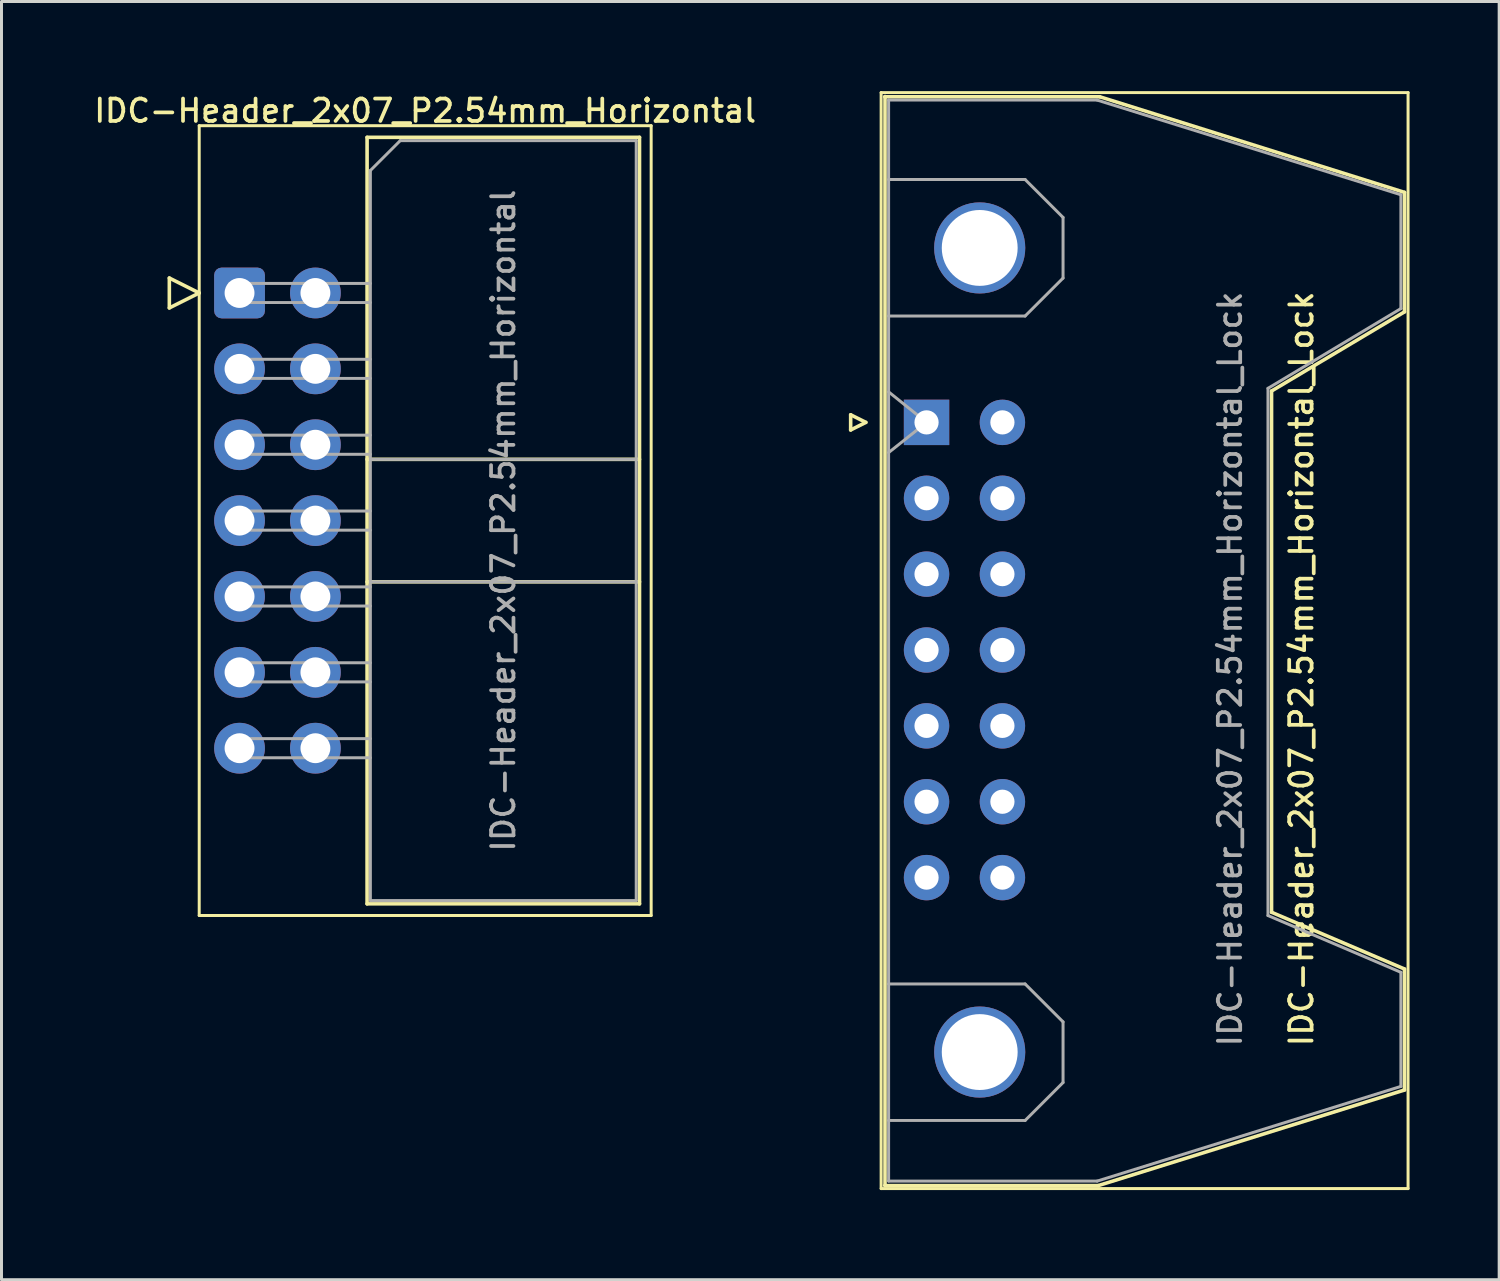
<source format=kicad_pcb>
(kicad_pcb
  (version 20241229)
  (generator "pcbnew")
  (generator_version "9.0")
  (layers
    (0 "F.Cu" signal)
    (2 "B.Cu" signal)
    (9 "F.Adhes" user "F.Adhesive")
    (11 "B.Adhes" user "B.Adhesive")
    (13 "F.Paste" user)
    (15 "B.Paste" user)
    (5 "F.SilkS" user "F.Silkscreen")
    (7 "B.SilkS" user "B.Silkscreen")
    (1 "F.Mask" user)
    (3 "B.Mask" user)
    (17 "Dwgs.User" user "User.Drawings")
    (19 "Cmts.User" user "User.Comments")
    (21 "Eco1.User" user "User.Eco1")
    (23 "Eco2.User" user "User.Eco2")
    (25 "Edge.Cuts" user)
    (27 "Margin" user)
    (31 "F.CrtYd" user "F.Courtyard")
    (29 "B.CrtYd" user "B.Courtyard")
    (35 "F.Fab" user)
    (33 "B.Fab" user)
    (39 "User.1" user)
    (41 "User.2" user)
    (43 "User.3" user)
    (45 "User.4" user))
  (footprint "IDC-Header_2x07_P2.54mm_Horizontal_Lock"
    (layer "F.Cu")
    (at 27.968 11.09)
    (property "Reference" "IDC-Header_2x07_P2.54mm_Horizontal_Lock" (at 12.55 8.25 90) (layer "F.SilkS") (effects (font (size 0.75 0.75) (thickness 0.125))))
    (attr through_hole)
    (fp_line (start -2.54 -0.254) (end -2.54 0.254) (stroke (width 0.12) (type solid)) (layer "F.SilkS"))
    (fp_line (start -2.54 0.254) (end -2.032 0) (stroke (width 0.12) (type solid)) (layer "F.SilkS"))
    (fp_line (start -2.032 0) (end -2.54 -0.254) (stroke (width 0.12) (type solid)) (layer "F.SilkS"))
    (fp_line (start -1.52 25.65) (end -1.52 -11.04) (stroke (width 0.1) (type solid)) (layer "F.SilkS"))
    (fp_line (start -1.52 25.65) (end 16.12 25.65) (stroke (width 0.1) (type solid)) (layer "F.SilkS"))
    (fp_line (start -1.4 25.55) (end 5.75 25.55) (stroke (width 0.12) (type solid)) (layer "F.SilkS"))
    (fp_line (start -1.39 25.52) (end -1.39 -10.91) (stroke (width 0.12) (type solid)) (layer "F.SilkS"))
    (fp_line (start 5.75 25.55) (end 16 22.35) (stroke (width 0.12) (type solid)) (layer "F.SilkS"))
    (fp_line (start 5.8 -10.9) (end -1.4 -10.9) (stroke (width 0.12) (type solid)) (layer "F.SilkS"))
    (fp_line (start 11.55 -1.05) (end 16 -3.7) (stroke (width 0.12) (type solid)) (layer "F.SilkS"))
    (fp_line (start 11.55 16.4) (end 11.55 -1.05) (stroke (width 0.12) (type solid)) (layer "F.SilkS"))
    (fp_line (start 16 -7.7) (end 5.8 -10.9) (stroke (width 0.12) (type solid)) (layer "F.SilkS"))
    (fp_line (start 16 -3.7) (end 16 -7.7) (stroke (width 0.12) (type solid)) (layer "F.SilkS"))
    (fp_line (start 16 18.3) (end 11.55 16.4) (stroke (width 0.12) (type solid)) (layer "F.SilkS"))
    (fp_line (start 16 22.35) (end 16 18.3) (stroke (width 0.12) (type solid)) (layer "F.SilkS"))
    (fp_line (start 16.12 -11.04) (end -1.52 -11.04) (stroke (width 0.1) (type solid)) (layer "F.SilkS"))
    (fp_line (start 16.12 -11.04) (end 16.12 25.65) (stroke (width 0.1) (type solid)) (layer "F.SilkS"))
    (fp_line (start -1.27 -10.79) (end 5.71 -10.79) (stroke (width 0.1) (type solid)) (layer "F.Fab"))
    (fp_line (start -1.27 -8.13) (end 3.3 -8.13) (stroke (width 0.1) (type solid)) (layer "F.Fab"))
    (fp_line (start -1.27 18.8) (end 3.3 18.8) (stroke (width 0.1) (type solid)) (layer "F.Fab"))
    (fp_line (start -1.27 25.4) (end -1.27 -10.79) (stroke (width 0.1) (type solid)) (layer "F.Fab"))
    (fp_line (start -1.27 25.4) (end 5.71 25.4) (stroke (width 0.1) (type solid)) (layer "F.Fab"))
    (fp_line (start -1.268 -1.02) (end 0 0) (stroke (width 0.1) (type solid)) (layer "F.Fab"))
    (fp_line (start 0 0) (end -1.268 1.01) (stroke (width 0.1) (type solid)) (layer "F.Fab"))
    (fp_line (start 3.3 -8.13) (end 4.57 -6.86) (stroke (width 0.1) (type solid)) (layer "F.Fab"))
    (fp_line (start 3.3 -3.56) (end -1.27 -3.56) (stroke (width 0.1) (type solid)) (layer "F.Fab"))
    (fp_line (start 3.3 18.8) (end 4.57 20.07) (stroke (width 0.1) (type solid)) (layer "F.Fab"))
    (fp_line (start 3.3 23.37) (end -1.27 23.37) (stroke (width 0.1) (type solid)) (layer "F.Fab"))
    (fp_line (start 4.57 -6.86) (end 4.57 -4.83) (stroke (width 0.1) (type solid)) (layer "F.Fab"))
    (fp_line (start 4.57 -4.83) (end 3.3 -3.56) (stroke (width 0.1) (type solid)) (layer "F.Fab"))
    (fp_line (start 4.57 20.07) (end 4.57 22.1) (stroke (width 0.1) (type solid)) (layer "F.Fab"))
    (fp_line (start 4.57 22.1) (end 3.3 23.37) (stroke (width 0.1) (type solid)) (layer "F.Fab"))
    (fp_line (start 5.71 -10.79) (end 15.88 -7.62) (stroke (width 0.1) (type solid)) (layer "F.Fab"))
    (fp_line (start 5.71 25.4) (end 15.88 22.23) (stroke (width 0.1) (type solid)) (layer "F.Fab"))
    (fp_line (start 11.43 16.51) (end 11.43 -1.14) (stroke (width 0.1) (type solid)) (layer "F.Fab"))
    (fp_line (start 15.88 -7.62) (end 15.88 -3.81) (stroke (width 0.1) (type solid)) (layer "F.Fab"))
    (fp_line (start 15.88 -3.81) (end 11.43 -1.14) (stroke (width 0.1) (type solid)) (layer "F.Fab"))
    (fp_line (start 15.88 18.41) (end 11.43 16.51) (stroke (width 0.1) (type solid)) (layer "F.Fab"))
    (fp_line (start 15.88 22.23) (end 15.88 18.41) (stroke (width 0.1) (type solid)) (layer "F.Fab"))
    (fp_text user "${REFERENCE}" (at 10.16 8.255 90) (layer "F.Fab") (effects (font (size 0.75 0.75) (thickness 0.125))))
    (pad "" thru_hole circle (at 1.78 -5.84 90) (size 3.05 3.05) (drill 2.54) (layers "*.Cu" "*.Mask"))
    (pad "" thru_hole circle (at 1.78 21.08 90) (size 3.05 3.05) (drill 2.54) (layers "*.Cu" "*.Mask"))
    (pad "1" thru_hole rect (at 0 0 90) (size 1.52 1.52) (drill 0.81) (layers "*.Cu" "*.Mask"))
    (pad "2" thru_hole circle (at 2.54 0 90) (size 1.52 1.52) (drill 0.81) (layers "*.Cu" "*.Mask"))
    (pad "3" thru_hole circle (at 0 2.54 90) (size 1.52 1.52) (drill 0.81) (layers "*.Cu" "*.Mask"))
    (pad "4" thru_hole circle (at 2.54 2.54 90) (size 1.52 1.52) (drill 0.81) (layers "*.Cu" "*.Mask"))
    (pad "5" thru_hole circle (at 0 5.08 90) (size 1.52 1.52) (drill 0.81) (layers "*.Cu" "*.Mask"))
    (pad "6" thru_hole circle (at 2.54 5.08 90) (size 1.52 1.52) (drill 0.81) (layers "*.Cu" "*.Mask"))
    (pad "7" thru_hole circle (at 0 7.62 90) (size 1.52 1.52) (drill 0.81) (layers "*.Cu" "*.Mask"))
    (pad "8" thru_hole circle (at 2.54 7.62 90) (size 1.52 1.52) (drill 0.81) (layers "*.Cu" "*.Mask"))
    (pad "9" thru_hole circle (at 0 10.16 90) (size 1.52 1.52) (drill 0.81) (layers "*.Cu" "*.Mask"))
    (pad "10" thru_hole circle (at 2.54 10.16 90) (size 1.52 1.52) (drill 0.81) (layers "*.Cu" "*.Mask"))
    (pad "11" thru_hole circle (at 0 12.7 90) (size 1.52 1.52) (drill 0.81) (layers "*.Cu" "*.Mask"))
    (pad "12" thru_hole circle (at 2.54 12.7 90) (size 1.52 1.52) (drill 0.81) (layers "*.Cu" "*.Mask"))
    (pad "13" thru_hole circle (at 0 15.24 90) (size 1.52 1.52) (drill 0.81) (layers "*.Cu" "*.Mask"))
    (pad "14" thru_hole circle (at 2.54 15.24 90) (size 1.52 1.52) (drill 0.81) (layers "*.Cu" "*.Mask")))
  (footprint "IDC-Header_2x07_P2.54mm_Horizontal"
    (layer "F.Cu")
    (at 4.969 6.758)
    (property "Reference" "IDC-Header_2x07_P2.54mm_Horizontal" (at 6.215 -6.1 0) (layer "F.SilkS") (effects (font (size 0.75 0.75) (thickness 0.125))))
    (attr through_hole)
    (fp_line (start -2.35 -0.5) (end -2.35 0.5) (stroke (width 0.12) (type solid)) (layer "F.SilkS"))
    (fp_line (start -2.35 0.5) (end -1.35 0) (stroke (width 0.12) (type solid)) (layer "F.SilkS"))
    (fp_line (start -1.35 -5.6) (end -1.35 20.84) (stroke (width 0.1) (type solid)) (layer "F.SilkS"))
    (fp_line (start -1.35 0) (end -2.35 -0.5) (stroke (width 0.12) (type solid)) (layer "F.SilkS"))
    (fp_line (start -1.35 20.84) (end 13.78 20.84) (stroke (width 0.1) (type solid)) (layer "F.SilkS"))
    (fp_line (start 4.27 -5.21) (end 13.39 -5.21) (stroke (width 0.12) (type solid)) (layer "F.SilkS"))
    (fp_line (start 4.27 5.57) (end 13.39 5.57) (stroke (width 0.12) (type solid)) (layer "F.SilkS"))
    (fp_line (start 4.27 9.67) (end 13.39 9.67) (stroke (width 0.12) (type solid)) (layer "F.SilkS"))
    (fp_line (start 4.27 20.45) (end 4.27 -5.21) (stroke (width 0.12) (type solid)) (layer "F.SilkS"))
    (fp_line (start 13.39 -5.21) (end 13.39 20.45) (stroke (width 0.12) (type solid)) (layer "F.SilkS"))
    (fp_line (start 13.39 20.45) (end 4.27 20.45) (stroke (width 0.12) (type solid)) (layer "F.SilkS"))
    (fp_line (start 13.78 -5.6) (end -1.35 -5.6) (stroke (width 0.1) (type solid)) (layer "F.SilkS"))
    (fp_line (start 13.78 20.84) (end 13.78 -5.6) (stroke (width 0.1) (type solid)) (layer "F.SilkS"))
    (fp_line (start -0.32 -0.32) (end -0.32 0.32) (stroke (width 0.1) (type solid)) (layer "F.Fab"))
    (fp_line (start -0.32 0.32) (end 4.38 0.32) (stroke (width 0.1) (type solid)) (layer "F.Fab"))
    (fp_line (start -0.32 2.22) (end -0.32 2.86) (stroke (width 0.1) (type solid)) (layer "F.Fab"))
    (fp_line (start -0.32 2.86) (end 4.38 2.86) (stroke (width 0.1) (type solid)) (layer "F.Fab"))
    (fp_line (start -0.32 4.76) (end -0.32 5.4) (stroke (width 0.1) (type solid)) (layer "F.Fab"))
    (fp_line (start -0.32 5.4) (end 4.38 5.4) (stroke (width 0.1) (type solid)) (layer "F.Fab"))
    (fp_line (start -0.32 7.3) (end -0.32 7.94) (stroke (width 0.1) (type solid)) (layer "F.Fab"))
    (fp_line (start -0.32 7.94) (end 4.38 7.94) (stroke (width 0.1) (type solid)) (layer "F.Fab"))
    (fp_line (start -0.32 9.84) (end -0.32 10.48) (stroke (width 0.1) (type solid)) (layer "F.Fab"))
    (fp_line (start -0.32 10.48) (end 4.38 10.48) (stroke (width 0.1) (type solid)) (layer "F.Fab"))
    (fp_line (start -0.32 12.38) (end -0.32 13.02) (stroke (width 0.1) (type solid)) (layer "F.Fab"))
    (fp_line (start -0.32 13.02) (end 4.38 13.02) (stroke (width 0.1) (type solid)) (layer "F.Fab"))
    (fp_line (start -0.32 14.92) (end -0.32 15.56) (stroke (width 0.1) (type solid)) (layer "F.Fab"))
    (fp_line (start -0.32 15.56) (end 4.38 15.56) (stroke (width 0.1) (type solid)) (layer "F.Fab"))
    (fp_line (start 4.38 -4.1) (end 5.38 -5.1) (stroke (width 0.1) (type solid)) (layer "F.Fab"))
    (fp_line (start 4.38 -0.32) (end -0.32 -0.32) (stroke (width 0.1) (type solid)) (layer "F.Fab"))
    (fp_line (start 4.38 2.22) (end -0.32 2.22) (stroke (width 0.1) (type solid)) (layer "F.Fab"))
    (fp_line (start 4.38 4.76) (end -0.32 4.76) (stroke (width 0.1) (type solid)) (layer "F.Fab"))
    (fp_line (start 4.38 5.57) (end 13.28 5.57) (stroke (width 0.1) (type solid)) (layer "F.Fab"))
    (fp_line (start 4.38 7.3) (end -0.32 7.3) (stroke (width 0.1) (type solid)) (layer "F.Fab"))
    (fp_line (start 4.38 9.67) (end 13.28 9.67) (stroke (width 0.1) (type solid)) (layer "F.Fab"))
    (fp_line (start 4.38 9.84) (end -0.32 9.84) (stroke (width 0.1) (type solid)) (layer "F.Fab"))
    (fp_line (start 4.38 12.38) (end -0.32 12.38) (stroke (width 0.1) (type solid)) (layer "F.Fab"))
    (fp_line (start 4.38 14.92) (end -0.32 14.92) (stroke (width 0.1) (type solid)) (layer "F.Fab"))
    (fp_line (start 4.38 20.34) (end 4.38 -4.1) (stroke (width 0.1) (type solid)) (layer "F.Fab"))
    (fp_line (start 5.38 -5.1) (end 13.28 -5.1) (stroke (width 0.1) (type solid)) (layer "F.Fab"))
    (fp_line (start 13.28 -5.1) (end 13.28 20.34) (stroke (width 0.1) (type solid)) (layer "F.Fab"))
    (fp_line (start 13.28 20.34) (end 4.38 20.34) (stroke (width 0.1) (type solid)) (layer "F.Fab"))
    (fp_text user "${REFERENCE}" (at 8.83 7.62 90) (layer "F.Fab") (effects (font (size 0.75 0.75) (thickness 0.125))))
    (pad "1" thru_hole roundrect (at 0 0) (size 1.7 1.7) (drill 1) (layers "*.Cu" "*.Mask") (roundrect_rratio 0.147))
    (pad "2" thru_hole circle (at 2.54 0) (size 1.7 1.7) (drill 1) (layers "*.Cu" "*.Mask"))
    (pad "3" thru_hole circle (at 0 2.54) (size 1.7 1.7) (drill 1) (layers "*.Cu" "*.Mask"))
    (pad "4" thru_hole circle (at 2.54 2.54) (size 1.7 1.7) (drill 1) (layers "*.Cu" "*.Mask"))
    (pad "5" thru_hole circle (at 0 5.08) (size 1.7 1.7) (drill 1) (layers "*.Cu" "*.Mask"))
    (pad "6" thru_hole circle (at 2.54 5.08) (size 1.7 1.7) (drill 1) (layers "*.Cu" "*.Mask"))
    (pad "7" thru_hole circle (at 0 7.62) (size 1.7 1.7) (drill 1) (layers "*.Cu" "*.Mask"))
    (pad "8" thru_hole circle (at 2.54 7.62) (size 1.7 1.7) (drill 1) (layers "*.Cu" "*.Mask"))
    (pad "9" thru_hole circle (at 0 10.16) (size 1.7 1.7) (drill 1) (layers "*.Cu" "*.Mask"))
    (pad "10" thru_hole circle (at 2.54 10.16) (size 1.7 1.7) (drill 1) (layers "*.Cu" "*.Mask"))
    (pad "11" thru_hole circle (at 0 12.7) (size 1.7 1.7) (drill 1) (layers "*.Cu" "*.Mask"))
    (pad "12" thru_hole circle (at 2.54 12.7) (size 1.7 1.7) (drill 1) (layers "*.Cu" "*.Mask"))
    (pad "13" thru_hole circle (at 0 15.24) (size 1.7 1.7) (drill 1) (layers "*.Cu" "*.Mask"))
    (pad "14" thru_hole circle (at 2.54 15.24) (size 1.7 1.7) (drill 1) (layers "*.Cu" "*.Mask")))
  (gr_rect
    (start -3 -3)
    (end 47.138 39.79)
    (stroke (width 0.1) (type default))
    (fill no)
    (layer "Edge.Cuts")))
</source>
